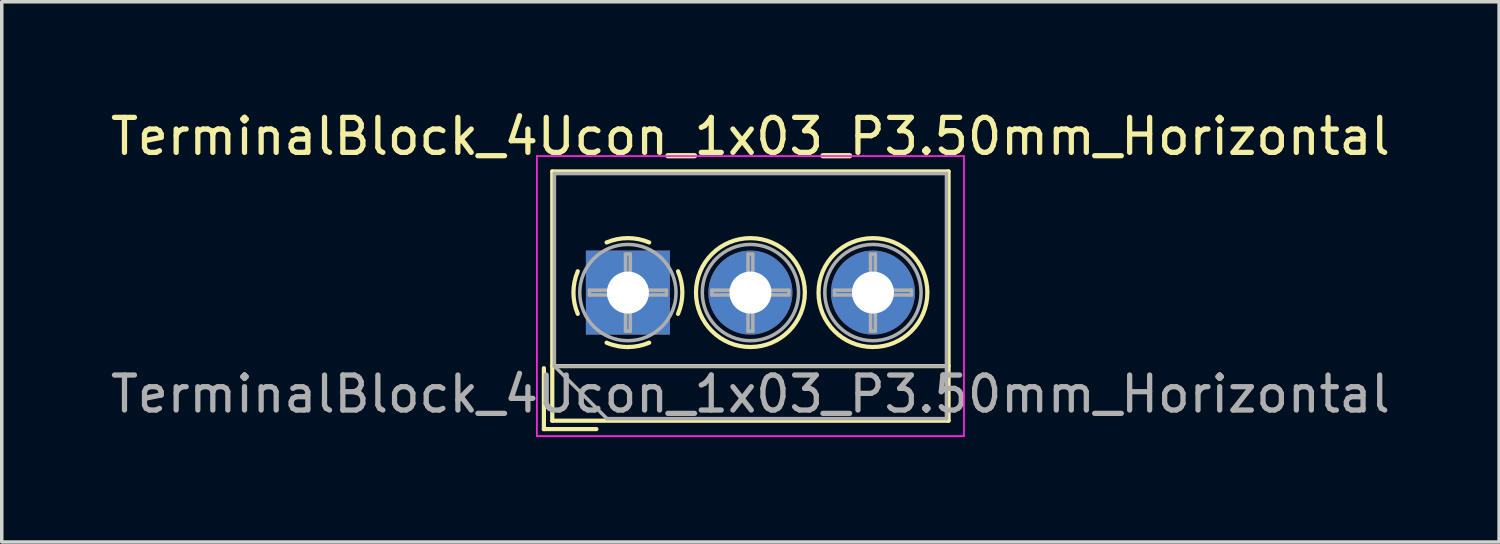
<source format=kicad_pcb>
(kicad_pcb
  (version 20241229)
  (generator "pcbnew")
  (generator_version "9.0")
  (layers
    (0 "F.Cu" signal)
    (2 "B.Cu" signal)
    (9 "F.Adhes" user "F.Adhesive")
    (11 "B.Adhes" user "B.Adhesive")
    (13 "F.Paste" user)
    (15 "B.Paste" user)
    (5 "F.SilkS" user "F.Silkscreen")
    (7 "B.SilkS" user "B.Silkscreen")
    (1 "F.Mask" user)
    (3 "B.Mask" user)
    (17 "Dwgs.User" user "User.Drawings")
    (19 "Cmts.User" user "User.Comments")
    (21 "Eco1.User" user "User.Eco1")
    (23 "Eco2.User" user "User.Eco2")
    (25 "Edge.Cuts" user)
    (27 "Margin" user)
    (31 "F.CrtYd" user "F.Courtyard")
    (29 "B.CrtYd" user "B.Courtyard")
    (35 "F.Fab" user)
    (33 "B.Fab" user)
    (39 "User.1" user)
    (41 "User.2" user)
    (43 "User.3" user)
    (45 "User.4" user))
  (footprint "TerminalBlock_4Ucon_1x03_P3.50mm_Horizontal"
    (layer "F.Cu")
    (at 14.887 5.308)
    (property "Reference" "TerminalBlock_4Ucon_1x03_P3.50mm_Horizontal" (at 3.5 -4.46 0) (layer "F.SilkS") (effects (font (size 1 1) (thickness 0.15))))
    (attr through_hole)
    (fp_line (start -2.4 2.16) (end -2.4 3.9) (stroke (width 0.12) (type solid)) (layer "F.SilkS"))
    (fp_line (start -2.4 3.9) (end -0.9 3.9) (stroke (width 0.12) (type solid)) (layer "F.SilkS"))
    (fp_line (start -2.16 -3.46) (end -2.16 3.66) (stroke (width 0.12) (type solid)) (layer "F.SilkS"))
    (fp_line (start -2.16 -3.46) (end 9.16 -3.46) (stroke (width 0.12) (type solid)) (layer "F.SilkS"))
    (fp_line (start -2.16 2.1) (end 9.16 2.1) (stroke (width 0.12) (type solid)) (layer "F.SilkS"))
    (fp_line (start -2.16 3.66) (end 9.16 3.66) (stroke (width 0.12) (type solid)) (layer "F.SilkS"))
    (fp_line (start 9.16 -3.46) (end 9.16 3.66) (stroke (width 0.12) (type solid)) (layer "F.SilkS"))
    (fp_arc (start -1.432109 0.607742) (mid -1.555727 -0.00014) (end -1.432 -0.608) (stroke (width 0.12) (type solid)) (layer "F.SilkS"))
    (fp_arc (start -0.607742 -1.432109) (mid 0.00014 -1.555727) (end 0.608 -1.432) (stroke (width 0.12) (type solid)) (layer "F.SilkS"))
    (fp_arc (start 0.027011 1.555493) (mid -0.296984 1.527118) (end -0.608 1.432) (stroke (width 0.12) (type solid)) (layer "F.SilkS"))
    (fp_arc (start 0.607587 1.431385) (mid 0.310017 1.523783) (end 0 1.555) (stroke (width 0.12) (type solid)) (layer "F.SilkS"))
    (fp_arc (start 1.432109 -0.607742) (mid 1.555727 0.00014) (end 1.432 0.608) (stroke (width 0.12) (type solid)) (layer "F.SilkS"))
    (fp_circle (center 3.5 0) (end 5.055 0) (stroke (width 0.12) (type solid)) (fill no) (layer "F.SilkS"))
    (fp_circle (center 7 0) (end 8.555 0) (stroke (width 0.12) (type solid)) (fill no) (layer "F.SilkS"))
    (fp_line (start -2.6 -3.9) (end -2.6 4.1) (stroke (width 0.05) (type solid)) (layer "F.CrtYd"))
    (fp_line (start -2.6 4.1) (end 9.6 4.1) (stroke (width 0.05) (type solid)) (layer "F.CrtYd"))
    (fp_line (start 9.6 -3.9) (end -2.6 -3.9) (stroke (width 0.05) (type solid)) (layer "F.CrtYd"))
    (fp_line (start 9.6 4.1) (end 9.6 -3.9) (stroke (width 0.05) (type solid)) (layer "F.CrtYd"))
    (fp_line (start -2.1 -3.4) (end 9.1 -3.4) (stroke (width 0.1) (type solid)) (layer "F.Fab"))
    (fp_line (start -2.1 2.1) (end -2.1 -3.4) (stroke (width 0.1) (type solid)) (layer "F.Fab"))
    (fp_line (start -2.1 2.1) (end 9.1 2.1) (stroke (width 0.1) (type solid)) (layer "F.Fab"))
    (fp_line (start -1.1 -0.069) (end -0.069 -0.069) (stroke (width 0.1) (type solid)) (layer "F.Fab"))
    (fp_line (start -1.1 0.069) (end -1.1 -0.069) (stroke (width 0.1) (type solid)) (layer "F.Fab"))
    (fp_line (start -0.6 3.6) (end -2.1 2.1) (stroke (width 0.1) (type solid)) (layer "F.Fab"))
    (fp_line (start -0.069 -1.1) (end 0.069 -1.1) (stroke (width 0.1) (type solid)) (layer "F.Fab"))
    (fp_line (start -0.069 -0.069) (end -0.069 -1.1) (stroke (width 0.1) (type solid)) (layer "F.Fab"))
    (fp_line (start -0.069 0.069) (end -1.1 0.069) (stroke (width 0.1) (type solid)) (layer "F.Fab"))
    (fp_line (start -0.069 1.1) (end -0.069 0.069) (stroke (width 0.1) (type solid)) (layer "F.Fab"))
    (fp_line (start 0.069 -1.1) (end 0.069 -0.069) (stroke (width 0.1) (type solid)) (layer "F.Fab"))
    (fp_line (start 0.069 -0.069) (end 1.1 -0.069) (stroke (width 0.1) (type solid)) (layer "F.Fab"))
    (fp_line (start 0.069 0.069) (end 0.069 1.1) (stroke (width 0.1) (type solid)) (layer "F.Fab"))
    (fp_line (start 0.069 1.1) (end -0.069 1.1) (stroke (width 0.1) (type solid)) (layer "F.Fab"))
    (fp_line (start 1.1 -0.069) (end 1.1 0.069) (stroke (width 0.1) (type solid)) (layer "F.Fab"))
    (fp_line (start 1.1 0.069) (end 0.069 0.069) (stroke (width 0.1) (type solid)) (layer "F.Fab"))
    (fp_line (start 2.4 -0.069) (end 3.431 -0.069) (stroke (width 0.1) (type solid)) (layer "F.Fab"))
    (fp_line (start 2.4 0.069) (end 2.4 -0.069) (stroke (width 0.1) (type solid)) (layer "F.Fab"))
    (fp_line (start 3.431 -1.1) (end 3.569 -1.1) (stroke (width 0.1) (type solid)) (layer "F.Fab"))
    (fp_line (start 3.431 -0.069) (end 3.431 -1.1) (stroke (width 0.1) (type solid)) (layer "F.Fab"))
    (fp_line (start 3.431 0.069) (end 2.4 0.069) (stroke (width 0.1) (type solid)) (layer "F.Fab"))
    (fp_line (start 3.431 1.1) (end 3.431 0.069) (stroke (width 0.1) (type solid)) (layer "F.Fab"))
    (fp_line (start 3.569 -1.1) (end 3.569 -0.069) (stroke (width 0.1) (type solid)) (layer "F.Fab"))
    (fp_line (start 3.569 -0.069) (end 4.6 -0.069) (stroke (width 0.1) (type solid)) (layer "F.Fab"))
    (fp_line (start 3.569 0.069) (end 3.569 1.1) (stroke (width 0.1) (type solid)) (layer "F.Fab"))
    (fp_line (start 3.569 1.1) (end 3.431 1.1) (stroke (width 0.1) (type solid)) (layer "F.Fab"))
    (fp_line (start 4.6 -0.069) (end 4.6 0.069) (stroke (width 0.1) (type solid)) (layer "F.Fab"))
    (fp_line (start 4.6 0.069) (end 3.569 0.069) (stroke (width 0.1) (type solid)) (layer "F.Fab"))
    (fp_line (start 5.9 -0.069) (end 6.931 -0.069) (stroke (width 0.1) (type solid)) (layer "F.Fab"))
    (fp_line (start 5.9 0.069) (end 5.9 -0.069) (stroke (width 0.1) (type solid)) (layer "F.Fab"))
    (fp_line (start 6.931 -1.1) (end 7.069 -1.1) (stroke (width 0.1) (type solid)) (layer "F.Fab"))
    (fp_line (start 6.931 -0.069) (end 6.931 -1.1) (stroke (width 0.1) (type solid)) (layer "F.Fab"))
    (fp_line (start 6.931 0.069) (end 5.9 0.069) (stroke (width 0.1) (type solid)) (layer "F.Fab"))
    (fp_line (start 6.931 1.1) (end 6.931 0.069) (stroke (width 0.1) (type solid)) (layer "F.Fab"))
    (fp_line (start 7.069 -1.1) (end 7.069 -0.069) (stroke (width 0.1) (type solid)) (layer "F.Fab"))
    (fp_line (start 7.069 -0.069) (end 8.1 -0.069) (stroke (width 0.1) (type solid)) (layer "F.Fab"))
    (fp_line (start 7.069 0.069) (end 7.069 1.1) (stroke (width 0.1) (type solid)) (layer "F.Fab"))
    (fp_line (start 7.069 1.1) (end 6.931 1.1) (stroke (width 0.1) (type solid)) (layer "F.Fab"))
    (fp_line (start 8.1 -0.069) (end 8.1 0.069) (stroke (width 0.1) (type solid)) (layer "F.Fab"))
    (fp_line (start 8.1 0.069) (end 7.069 0.069) (stroke (width 0.1) (type solid)) (layer "F.Fab"))
    (fp_line (start 9.1 -3.4) (end 9.1 3.6) (stroke (width 0.1) (type solid)) (layer "F.Fab"))
    (fp_line (start 9.1 3.6) (end -0.6 3.6) (stroke (width 0.1) (type solid)) (layer "F.Fab"))
    (fp_circle (center 0 0) (end 1.375 0) (stroke (width 0.1) (type solid)) (fill no) (layer "F.Fab"))
    (fp_circle (center 3.5 0) (end 4.875 0) (stroke (width 0.1) (type solid)) (fill no) (layer "F.Fab"))
    (fp_circle (center 7 0) (end 8.375 0) (stroke (width 0.1) (type solid)) (fill no) (layer "F.Fab"))
    (fp_text user "${REFERENCE}" (at 3.5 2.9 0) (layer "F.Fab") (effects (font (size 1 1) (thickness 0.15))))
    (pad "1" thru_hole rect (at 0 0) (size 2.4 2.4) (drill 1.2) (layers "*.Cu" "*.Mask"))
    (pad "2" thru_hole circle (at 3.5 0) (size 2.4 2.4) (drill 1.2) (layers "*.Cu" "*.Mask"))
    (pad "3" thru_hole circle (at 7 0) (size 2.4 2.4) (drill 1.2) (layers "*.Cu" "*.Mask")))
  (gr_rect
    (start -3 -3)
    (end 39.774 12.433)
    (stroke (width 0.1) (type default))
    (fill no)
    (layer "Edge.Cuts")))
</source>
